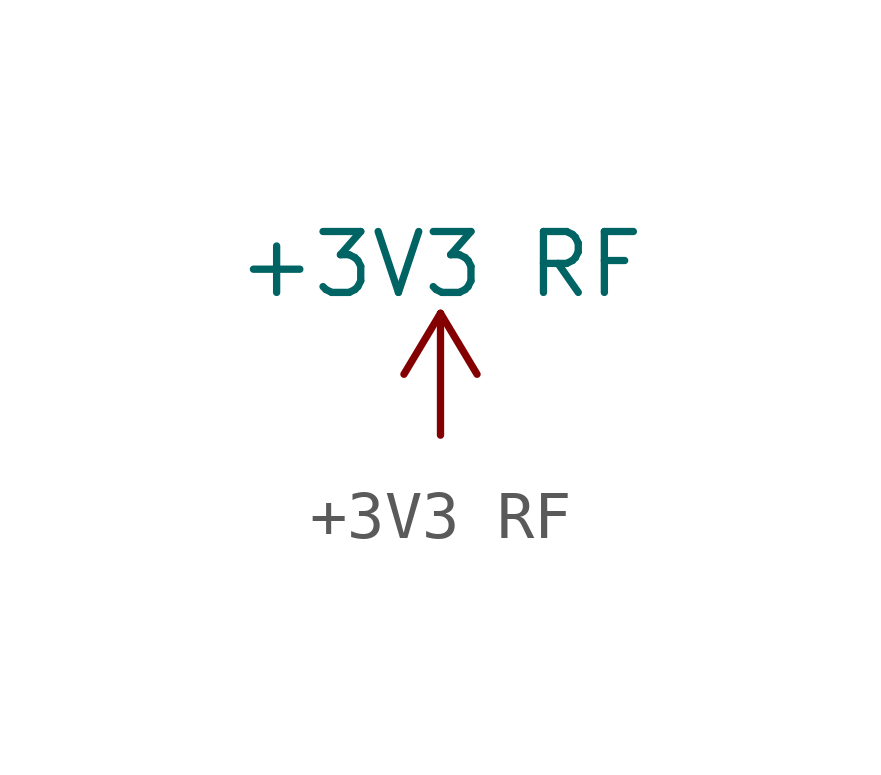
<source format=kicad_sym>
(kicad_symbol_lib
  (version 20220914)
  (generator kicad_symbol_editor)
  (symbol "+3V3 RF"
    (power)
    (pin_names
      (offset 0))
    (property "Reference" "#PWR"
      (at 0 -3.81 0)
      (effects (font (size 1.27 1.27)) hide))
    (property "Value" "+3V3 RF"
      (at 0 3.556 0)
      (effects (font (size 1.27 1.27))))
    (symbol "+3V3 RF_0_1"
      (polyline (pts (xy -0.762 1.27) (xy 0 2.54)) (stroke (width 0) (type default)) (fill (type none)))
      (polyline (pts (xy 0 0) (xy 0 2.54)) (stroke (width 0) (type default)) (fill (type none)))
      (polyline (pts (xy 0 2.54) (xy 0.762 1.27)) (stroke (width 0) (type default)) (fill (type none))))
    (symbol "+3V3 RF_1_1"
      (pin power_in line (at 0 0 90) (length 0) hide (name "+3V3_RF" (effects (font (size 1.27 1.27)))) (number "1" (effects (font (size 1.27 1.27))))))))
</source>
